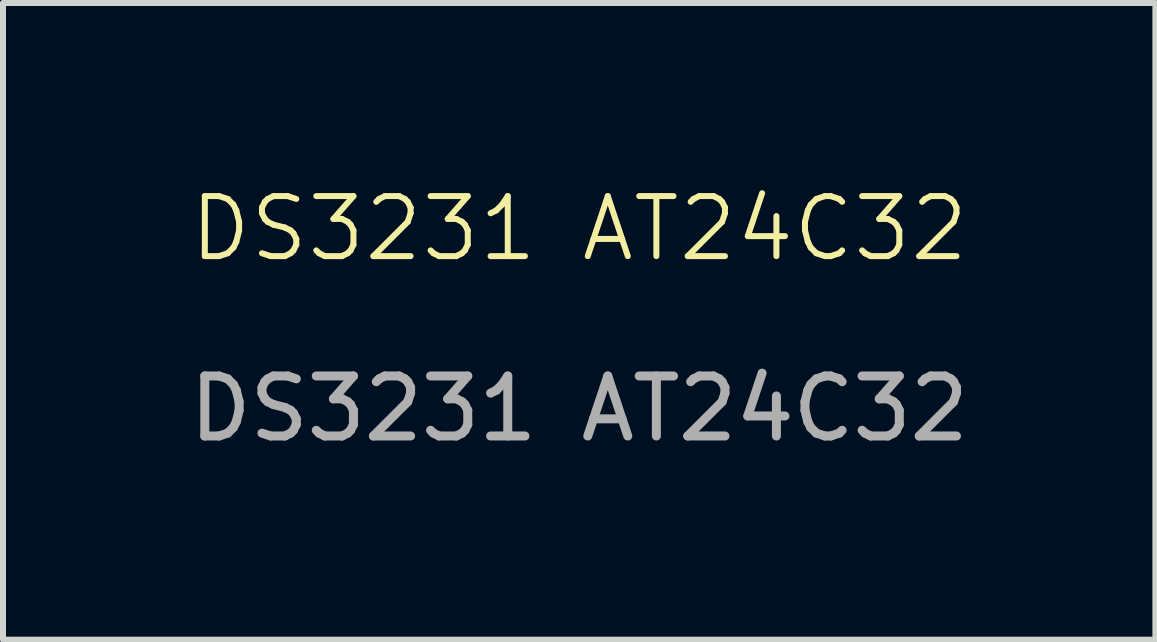
<source format=kicad_pcb>
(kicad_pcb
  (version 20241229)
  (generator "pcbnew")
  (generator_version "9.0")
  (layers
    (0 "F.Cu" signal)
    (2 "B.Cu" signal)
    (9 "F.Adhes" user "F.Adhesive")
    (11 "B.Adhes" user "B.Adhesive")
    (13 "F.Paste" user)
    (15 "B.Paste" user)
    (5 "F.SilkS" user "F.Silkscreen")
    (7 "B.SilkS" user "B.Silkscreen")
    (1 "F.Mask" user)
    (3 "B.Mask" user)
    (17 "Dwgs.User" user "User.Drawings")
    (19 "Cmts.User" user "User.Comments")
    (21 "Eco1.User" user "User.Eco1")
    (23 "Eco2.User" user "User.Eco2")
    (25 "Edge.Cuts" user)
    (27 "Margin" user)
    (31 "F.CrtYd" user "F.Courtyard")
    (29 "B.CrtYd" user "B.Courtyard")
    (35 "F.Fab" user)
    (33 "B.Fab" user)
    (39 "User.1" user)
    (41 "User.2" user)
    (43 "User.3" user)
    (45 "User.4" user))
  (footprint "DS3231 AT24C32"
    (layer "F.Cu")
    (at 6.601 1.26)
    (property "Reference" "DS3231 AT24C32" (at 0 -0.5 0) (unlocked yes) (layer "F.SilkS") (effects (font (size 1 1) (thickness 0.1))))
    (fp_text user "${REFERENCE}" (at 0 2.5 0) (unlocked yes) (layer "F.Fab") (effects (font (size 1 1) (thickness 0.15)))))
  (gr_rect
    (start -3 -3)
    (end 16.202 7.609)
    (stroke (width 0.1) (type default))
    (fill no)
    (layer "Edge.Cuts")))
</source>
